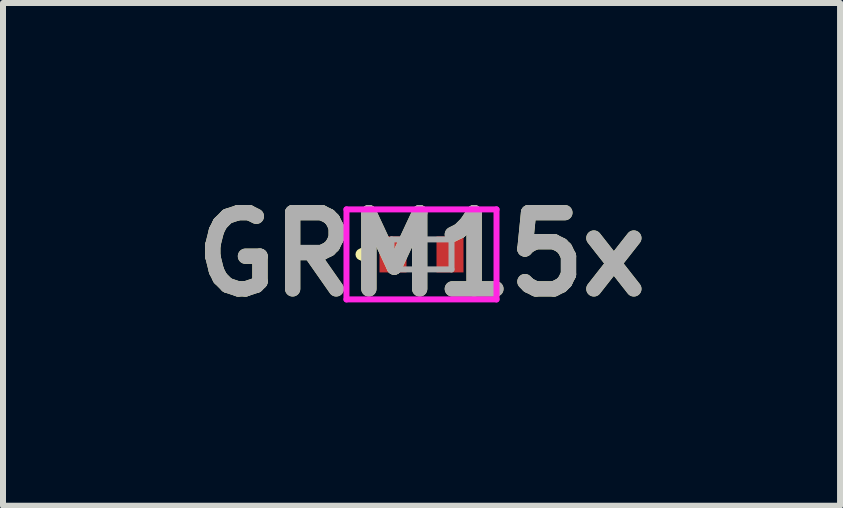
<source format=kicad_pcb>
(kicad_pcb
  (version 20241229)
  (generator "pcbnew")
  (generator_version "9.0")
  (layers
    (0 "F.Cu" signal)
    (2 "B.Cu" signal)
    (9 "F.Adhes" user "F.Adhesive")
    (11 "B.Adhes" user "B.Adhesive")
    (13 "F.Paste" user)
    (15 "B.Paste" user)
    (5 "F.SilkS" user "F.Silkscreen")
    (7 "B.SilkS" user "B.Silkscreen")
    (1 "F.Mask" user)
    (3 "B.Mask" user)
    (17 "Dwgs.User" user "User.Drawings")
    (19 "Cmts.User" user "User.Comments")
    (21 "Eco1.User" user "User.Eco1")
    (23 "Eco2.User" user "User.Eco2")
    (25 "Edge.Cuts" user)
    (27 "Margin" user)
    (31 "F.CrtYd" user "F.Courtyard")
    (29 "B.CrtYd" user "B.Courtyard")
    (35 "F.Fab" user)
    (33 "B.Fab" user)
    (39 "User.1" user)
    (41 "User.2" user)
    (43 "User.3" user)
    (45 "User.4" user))
  (footprint "GRM15x"
    (layer "F.Cu")
    (at 3.973 1.189)
    (property "Reference" "GRM15x" (at 0 0 0) (layer "F.SilkS") (effects (font (size 1.27 1.27) (thickness 0.254))))
    (attr smd)
    (fp_line (start -1 -0.05) (end -1 -0.05) (stroke (width 0.1) (type solid)) (layer "F.SilkS"))
    (fp_line (start -1 0.05) (end -1 0.05) (stroke (width 0.1) (type solid)) (layer "F.SilkS"))
    (fp_arc (start -1 -0.05) (mid -0.95 0) (end -1 0.05) (stroke (width 0.1) (type solid)) (layer "F.SilkS"))
    (fp_arc (start -1 0.05) (mid -1.05 0) (end -1 -0.05) (stroke (width 0.1) (type solid)) (layer "F.SilkS"))
    (fp_line (start -1.25 -0.75) (end 1.25 -0.75) (stroke (width 0.1) (type solid)) (layer "F.CrtYd"))
    (fp_line (start -1.25 0.75) (end -1.25 -0.75) (stroke (width 0.1) (type solid)) (layer "F.CrtYd"))
    (fp_line (start 1.25 -0.75) (end 1.25 0.75) (stroke (width 0.1) (type solid)) (layer "F.CrtYd"))
    (fp_line (start 1.25 0.75) (end -1.25 0.75) (stroke (width 0.1) (type solid)) (layer "F.CrtYd"))
    (fp_line (start -0.5 -0.25) (end 0.5 -0.25) (stroke (width 0.1) (type solid)) (layer "F.Fab"))
    (fp_line (start -0.5 0.25) (end -0.5 -0.25) (stroke (width 0.1) (type solid)) (layer "F.Fab"))
    (fp_line (start 0.5 -0.25) (end 0.5 0.25) (stroke (width 0.1) (type solid)) (layer "F.Fab"))
    (fp_line (start 0.5 0.25) (end -0.5 0.25) (stroke (width 0.1) (type solid)) (layer "F.Fab"))
    (fp_text user "${REFERENCE}" (at 0 0 0) (layer "F.Fab") (effects (font (size 1.27 1.27) (thickness 0.254))))
    (pad "1" smd rect (at -0.475 0) (size 0.45 0.6) (layers "F.Cu" "F.Mask" "F.Paste"))
    (pad "2" smd rect (at 0.475 0) (size 0.45 0.6) (layers "F.Cu" "F.Mask" "F.Paste")))
  (gr_rect
    (start -3 -3)
    (end 10.947 5.377)
    (stroke (width 0.1) (type default))
    (fill no)
    (layer "Edge.Cuts")))
</source>
